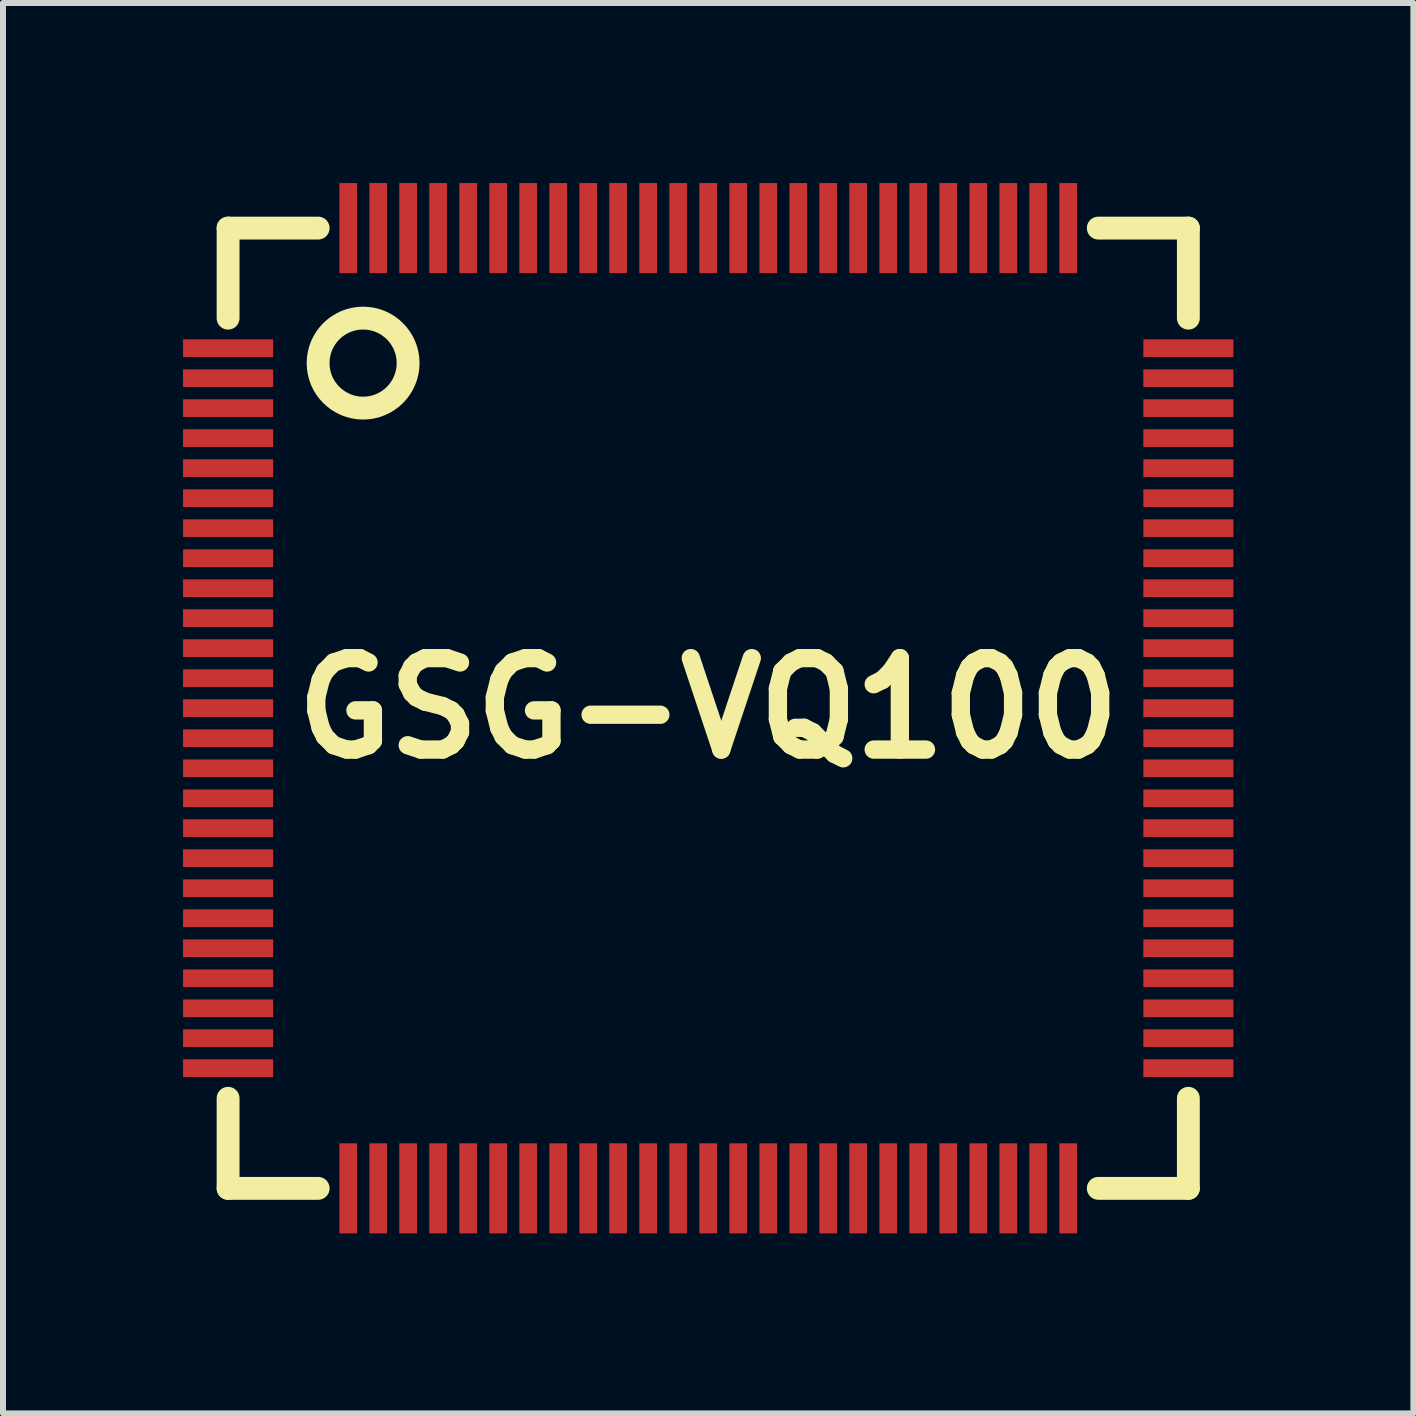
<source format=kicad_pcb>
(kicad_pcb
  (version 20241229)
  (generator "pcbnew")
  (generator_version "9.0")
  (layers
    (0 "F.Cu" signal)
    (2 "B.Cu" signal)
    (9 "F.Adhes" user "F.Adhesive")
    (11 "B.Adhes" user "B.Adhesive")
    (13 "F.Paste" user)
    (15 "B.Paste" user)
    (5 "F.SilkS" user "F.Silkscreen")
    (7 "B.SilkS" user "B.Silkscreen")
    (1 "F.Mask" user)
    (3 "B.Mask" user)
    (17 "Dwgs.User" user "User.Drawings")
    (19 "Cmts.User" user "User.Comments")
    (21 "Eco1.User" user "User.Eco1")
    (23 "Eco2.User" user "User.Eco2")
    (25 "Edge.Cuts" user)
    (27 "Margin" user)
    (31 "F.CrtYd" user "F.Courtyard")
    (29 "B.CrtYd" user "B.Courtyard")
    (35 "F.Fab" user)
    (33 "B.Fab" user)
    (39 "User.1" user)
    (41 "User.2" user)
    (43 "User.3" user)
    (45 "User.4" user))
  (footprint "GSG-VQ100"
    (layer "F.Cu")
    (at 8.752 8.752)
    (property "Reference" "GSG-VQ100" (at 0 0 0) (layer "F.SilkS") (effects (font (size 1.524 1.524) (thickness 0.305))))
    (attr through_hole)
    (fp_line (start -8.001 -8.001) (end -8.001 -6.5) (stroke (width 0.381) (type solid)) (layer "F.SilkS"))
    (fp_line (start -8.001 6.5) (end -8.001 8.001) (stroke (width 0.381) (type solid)) (layer "F.SilkS"))
    (fp_line (start -8.001 8.001) (end -6.5 8.001) (stroke (width 0.381) (type solid)) (layer "F.SilkS"))
    (fp_line (start -6.5 -8.001) (end -8.001 -8.001) (stroke (width 0.381) (type solid)) (layer "F.SilkS"))
    (fp_line (start 6.5 8.001) (end 8.001 8.001) (stroke (width 0.381) (type solid)) (layer "F.SilkS"))
    (fp_line (start 8.001 -8.001) (end 6.5 -8.001) (stroke (width 0.381) (type solid)) (layer "F.SilkS"))
    (fp_line (start 8.001 -6.5) (end 8.001 -8.001) (stroke (width 0.381) (type solid)) (layer "F.SilkS"))
    (fp_line (start 8.001 8.001) (end 8.001 6.5) (stroke (width 0.381) (type solid)) (layer "F.SilkS"))
    (fp_circle (center -5.751 -5.751) (end -5.001 -5.751) (stroke (width 0.381) (type solid)) (fill no) (layer "F.SilkS"))
    (pad "1" smd rect (at -8.001 -5.999) (size 1.501 0.295) (layers "F.Cu" "F.Mask" "F.Paste"))
    (pad "2" smd rect (at -8.001 -5.499) (size 1.501 0.295) (layers "F.Cu" "F.Mask" "F.Paste"))
    (pad "3" smd rect (at -8.001 -5.001) (size 1.501 0.295) (layers "F.Cu" "F.Mask" "F.Paste"))
    (pad "4" smd rect (at -8.001 -4.501) (size 1.501 0.295) (layers "F.Cu" "F.Mask" "F.Paste"))
    (pad "5" smd rect (at -8.001 -4) (size 1.501 0.295) (layers "F.Cu" "F.Mask" "F.Paste"))
    (pad "6" smd rect (at -8.001 -3.5) (size 1.501 0.295) (layers "F.Cu" "F.Mask" "F.Paste"))
    (pad "7" smd rect (at -8.001 -3) (size 1.501 0.295) (layers "F.Cu" "F.Mask" "F.Paste"))
    (pad "8" smd rect (at -8.001 -2.499) (size 1.501 0.295) (layers "F.Cu" "F.Mask" "F.Paste"))
    (pad "9" smd rect (at -8.001 -1.999) (size 1.501 0.295) (layers "F.Cu" "F.Mask" "F.Paste"))
    (pad "10" smd rect (at -8.001 -1.501) (size 1.501 0.295) (layers "F.Cu" "F.Mask" "F.Paste"))
    (pad "11" smd rect (at -8.001 -1.001) (size 1.501 0.295) (layers "F.Cu" "F.Mask" "F.Paste"))
    (pad "12" smd rect (at -8.001 -0.5) (size 1.501 0.295) (layers "F.Cu" "F.Mask" "F.Paste"))
    (pad "13" smd rect (at -8.001 0) (size 1.501 0.295) (layers "F.Cu" "F.Mask" "F.Paste"))
    (pad "14" smd rect (at -8.001 0.5) (size 1.501 0.295) (layers "F.Cu" "F.Mask" "F.Paste"))
    (pad "15" smd rect (at -8.001 1.001) (size 1.501 0.295) (layers "F.Cu" "F.Mask" "F.Paste"))
    (pad "16" smd rect (at -8.001 1.501) (size 1.501 0.295) (layers "F.Cu" "F.Mask" "F.Paste"))
    (pad "17" smd rect (at -8.001 1.999) (size 1.501 0.295) (layers "F.Cu" "F.Mask" "F.Paste"))
    (pad "18" smd rect (at -8.001 2.499) (size 1.501 0.295) (layers "F.Cu" "F.Mask" "F.Paste"))
    (pad "19" smd rect (at -8.001 3) (size 1.501 0.295) (layers "F.Cu" "F.Mask" "F.Paste"))
    (pad "20" smd rect (at -8.001 3.5) (size 1.501 0.295) (layers "F.Cu" "F.Mask" "F.Paste"))
    (pad "21" smd rect (at -8.001 4) (size 1.501 0.295) (layers "F.Cu" "F.Mask" "F.Paste"))
    (pad "22" smd rect (at -8.001 4.501) (size 1.501 0.295) (layers "F.Cu" "F.Mask" "F.Paste"))
    (pad "23" smd rect (at -8.001 5.001) (size 1.501 0.295) (layers "F.Cu" "F.Mask" "F.Paste"))
    (pad "24" smd rect (at -8.001 5.499) (size 1.501 0.295) (layers "F.Cu" "F.Mask" "F.Paste"))
    (pad "25" smd rect (at -8.001 5.999) (size 1.501 0.295) (layers "F.Cu" "F.Mask" "F.Paste"))
    (pad "26" smd rect (at -5.999 8.001 90) (size 1.501 0.295) (layers "F.Cu" "F.Mask" "F.Paste"))
    (pad "27" smd rect (at -5.499 8.001 90) (size 1.501 0.295) (layers "F.Cu" "F.Mask" "F.Paste"))
    (pad "28" smd rect (at -5.001 8.001 90) (size 1.501 0.295) (layers "F.Cu" "F.Mask" "F.Paste"))
    (pad "29" smd rect (at -4.501 8.001 90) (size 1.501 0.295) (layers "F.Cu" "F.Mask" "F.Paste"))
    (pad "30" smd rect (at -4 8.001 90) (size 1.501 0.295) (layers "F.Cu" "F.Mask" "F.Paste"))
    (pad "31" smd rect (at -3.5 8.001 90) (size 1.501 0.295) (layers "F.Cu" "F.Mask" "F.Paste"))
    (pad "32" smd rect (at -3 8.001 90) (size 1.501 0.295) (layers "F.Cu" "F.Mask" "F.Paste"))
    (pad "33" smd rect (at -2.499 8.001 90) (size 1.501 0.295) (layers "F.Cu" "F.Mask" "F.Paste"))
    (pad "34" smd rect (at -1.999 8.001 90) (size 1.501 0.295) (layers "F.Cu" "F.Mask" "F.Paste"))
    (pad "35" smd rect (at -1.501 8.001 90) (size 1.501 0.295) (layers "F.Cu" "F.Mask" "F.Paste"))
    (pad "36" smd rect (at -1.001 8.001 90) (size 1.501 0.295) (layers "F.Cu" "F.Mask" "F.Paste"))
    (pad "37" smd rect (at -0.5 8.001 90) (size 1.501 0.295) (layers "F.Cu" "F.Mask" "F.Paste"))
    (pad "38" smd rect (at 0 8.001 90) (size 1.501 0.295) (layers "F.Cu" "F.Mask" "F.Paste"))
    (pad "39" smd rect (at 0.5 8.001 90) (size 1.501 0.295) (layers "F.Cu" "F.Mask" "F.Paste"))
    (pad "40" smd rect (at 1.001 8.001 90) (size 1.501 0.295) (layers "F.Cu" "F.Mask" "F.Paste"))
    (pad "41" smd rect (at 1.501 8.001 90) (size 1.501 0.295) (layers "F.Cu" "F.Mask" "F.Paste"))
    (pad "42" smd rect (at 1.999 8.001 90) (size 1.501 0.295) (layers "F.Cu" "F.Mask" "F.Paste"))
    (pad "43" smd rect (at 2.499 8.001 90) (size 1.501 0.295) (layers "F.Cu" "F.Mask" "F.Paste"))
    (pad "44" smd rect (at 3 8.001 90) (size 1.501 0.295) (layers "F.Cu" "F.Mask" "F.Paste"))
    (pad "45" smd rect (at 3.5 8.001 90) (size 1.501 0.295) (layers "F.Cu" "F.Mask" "F.Paste"))
    (pad "46" smd rect (at 4 8.001 90) (size 1.501 0.295) (layers "F.Cu" "F.Mask" "F.Paste"))
    (pad "47" smd rect (at 4.501 8.001 90) (size 1.501 0.295) (layers "F.Cu" "F.Mask" "F.Paste"))
    (pad "48" smd rect (at 5.001 8.001 90) (size 1.501 0.295) (layers "F.Cu" "F.Mask" "F.Paste"))
    (pad "49" smd rect (at 5.499 8.001 90) (size 1.501 0.295) (layers "F.Cu" "F.Mask" "F.Paste"))
    (pad "50" smd rect (at 5.999 8.001 90) (size 1.501 0.295) (layers "F.Cu" "F.Mask" "F.Paste"))
    (pad "51" smd rect (at 8.001 5.999) (size 1.501 0.295) (layers "F.Cu" "F.Mask" "F.Paste"))
    (pad "52" smd rect (at 8.001 5.499) (size 1.501 0.295) (layers "F.Cu" "F.Mask" "F.Paste"))
    (pad "53" smd rect (at 8.001 5.001) (size 1.501 0.295) (layers "F.Cu" "F.Mask" "F.Paste"))
    (pad "54" smd rect (at 8.001 4.501) (size 1.501 0.295) (layers "F.Cu" "F.Mask" "F.Paste"))
    (pad "55" smd rect (at 8.001 4) (size 1.501 0.295) (layers "F.Cu" "F.Mask" "F.Paste"))
    (pad "56" smd rect (at 8.001 3.5) (size 1.501 0.295) (layers "F.Cu" "F.Mask" "F.Paste"))
    (pad "57" smd rect (at 8.001 3) (size 1.501 0.295) (layers "F.Cu" "F.Mask" "F.Paste"))
    (pad "58" smd rect (at 8.001 2.499) (size 1.501 0.295) (layers "F.Cu" "F.Mask" "F.Paste"))
    (pad "59" smd rect (at 8.001 1.999) (size 1.501 0.295) (layers "F.Cu" "F.Mask" "F.Paste"))
    (pad "60" smd rect (at 8.001 1.501) (size 1.501 0.295) (layers "F.Cu" "F.Mask" "F.Paste"))
    (pad "61" smd rect (at 8.001 1.001) (size 1.501 0.295) (layers "F.Cu" "F.Mask" "F.Paste"))
    (pad "62" smd rect (at 8.001 0.5) (size 1.501 0.295) (layers "F.Cu" "F.Mask" "F.Paste"))
    (pad "63" smd rect (at 8.001 0) (size 1.501 0.295) (layers "F.Cu" "F.Mask" "F.Paste"))
    (pad "64" smd rect (at 8.001 -0.5) (size 1.501 0.295) (layers "F.Cu" "F.Mask" "F.Paste"))
    (pad "65" smd rect (at 8.001 -1.001) (size 1.501 0.295) (layers "F.Cu" "F.Mask" "F.Paste"))
    (pad "66" smd rect (at 8.001 -1.501) (size 1.501 0.295) (layers "F.Cu" "F.Mask" "F.Paste"))
    (pad "67" smd rect (at 8.001 -1.999) (size 1.501 0.295) (layers "F.Cu" "F.Mask" "F.Paste"))
    (pad "68" smd rect (at 8.001 -2.499) (size 1.501 0.295) (layers "F.Cu" "F.Mask" "F.Paste"))
    (pad "69" smd rect (at 8.001 -3) (size 1.501 0.295) (layers "F.Cu" "F.Mask" "F.Paste"))
    (pad "70" smd rect (at 8.001 -3.5) (size 1.501 0.295) (layers "F.Cu" "F.Mask" "F.Paste"))
    (pad "71" smd rect (at 8.001 -4) (size 1.501 0.295) (layers "F.Cu" "F.Mask" "F.Paste"))
    (pad "72" smd rect (at 8.001 -4.501) (size 1.501 0.295) (layers "F.Cu" "F.Mask" "F.Paste"))
    (pad "73" smd rect (at 8.001 -5.001) (size 1.501 0.295) (layers "F.Cu" "F.Mask" "F.Paste"))
    (pad "74" smd rect (at 8.001 -5.499) (size 1.501 0.295) (layers "F.Cu" "F.Mask" "F.Paste"))
    (pad "75" smd rect (at 8.001 -5.999) (size 1.501 0.295) (layers "F.Cu" "F.Mask" "F.Paste"))
    (pad "76" smd rect (at 5.999 -8.001 90) (size 1.501 0.295) (layers "F.Cu" "F.Mask" "F.Paste"))
    (pad "77" smd rect (at 5.499 -8.001 90) (size 1.501 0.295) (layers "F.Cu" "F.Mask" "F.Paste"))
    (pad "78" smd rect (at 5.001 -8.001 90) (size 1.501 0.295) (layers "F.Cu" "F.Mask" "F.Paste"))
    (pad "79" smd rect (at 4.501 -8.001 90) (size 1.501 0.295) (layers "F.Cu" "F.Mask" "F.Paste"))
    (pad "80" smd rect (at 4 -8.001 90) (size 1.501 0.295) (layers "F.Cu" "F.Mask" "F.Paste"))
    (pad "81" smd rect (at 3.5 -8.001 90) (size 1.501 0.295) (layers "F.Cu" "F.Mask" "F.Paste"))
    (pad "82" smd rect (at 3 -8.001 90) (size 1.501 0.295) (layers "F.Cu" "F.Mask" "F.Paste"))
    (pad "83" smd rect (at 2.499 -8.001 90) (size 1.501 0.295) (layers "F.Cu" "F.Mask" "F.Paste"))
    (pad "84" smd rect (at 1.999 -8.001 90) (size 1.501 0.295) (layers "F.Cu" "F.Mask" "F.Paste"))
    (pad "85" smd rect (at 1.501 -8.001 90) (size 1.501 0.295) (layers "F.Cu" "F.Mask" "F.Paste"))
    (pad "86" smd rect (at 1.001 -8.001 90) (size 1.501 0.295) (layers "F.Cu" "F.Mask" "F.Paste"))
    (pad "87" smd rect (at 0.5 -8.001 90) (size 1.501 0.295) (layers "F.Cu" "F.Mask" "F.Paste"))
    (pad "88" smd rect (at 0 -8.001 90) (size 1.501 0.295) (layers "F.Cu" "F.Mask" "F.Paste"))
    (pad "89" smd rect (at -0.5 -8.001 90) (size 1.501 0.295) (layers "F.Cu" "F.Mask" "F.Paste"))
    (pad "90" smd rect (at -1.001 -8.001 90) (size 1.501 0.295) (layers "F.Cu" "F.Mask" "F.Paste"))
    (pad "91" smd rect (at -1.501 -8.001 90) (size 1.501 0.295) (layers "F.Cu" "F.Mask" "F.Paste"))
    (pad "92" smd rect (at -1.999 -8.001 90) (size 1.501 0.295) (layers "F.Cu" "F.Mask" "F.Paste"))
    (pad "93" smd rect (at -2.499 -8.001 90) (size 1.501 0.295) (layers "F.Cu" "F.Mask" "F.Paste"))
    (pad "94" smd rect (at -3 -8.001 90) (size 1.501 0.295) (layers "F.Cu" "F.Mask" "F.Paste"))
    (pad "95" smd rect (at -3.5 -8.001 90) (size 1.501 0.295) (layers "F.Cu" "F.Mask" "F.Paste"))
    (pad "96" smd rect (at -4 -8.001 90) (size 1.501 0.295) (layers "F.Cu" "F.Mask" "F.Paste"))
    (pad "97" smd rect (at -4.501 -8.001 90) (size 1.501 0.295) (layers "F.Cu" "F.Mask" "F.Paste"))
    (pad "98" smd rect (at -5.001 -8.001 90) (size 1.501 0.295) (layers "F.Cu" "F.Mask" "F.Paste"))
    (pad "99" smd rect (at -5.499 -8.001 90) (size 1.501 0.295) (layers "F.Cu" "F.Mask" "F.Paste"))
    (pad "100" smd rect (at -5.999 -8.001 90) (size 1.501 0.295) (layers "F.Cu" "F.Mask" "F.Paste")))
  (gr_rect
    (start -3 -3)
    (end 20.503 20.503)
    (stroke (width 0.1) (type default))
    (fill no)
    (layer "Edge.Cuts")))
</source>
